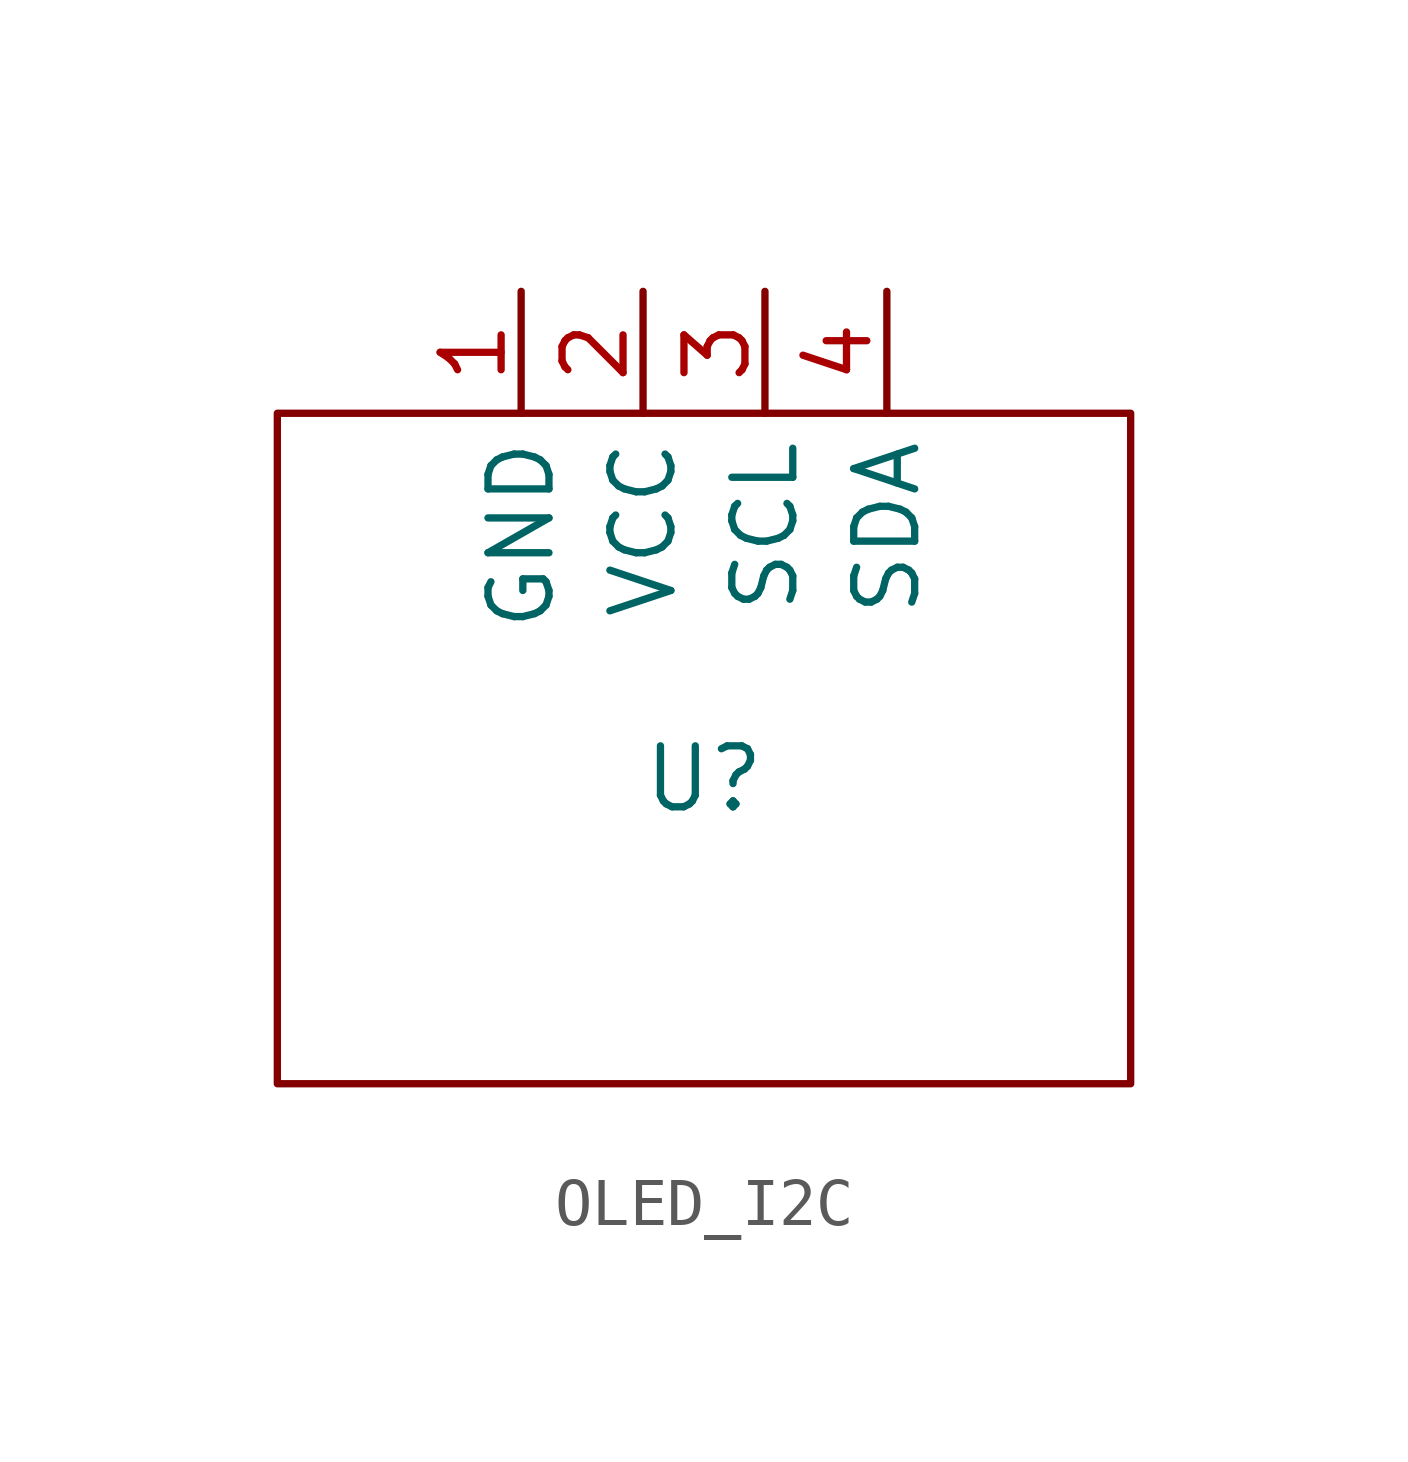
<source format=kicad_sym>
(kicad_symbol_lib
  (version 20220914)
  (generator kicad_symbol_editor)
  (symbol "OLED_I2C"
    (property "Reference" "U"
      (at 3.81 -10.16 0)
      (effects (font (size 1.27 1.27))))
    (property "Value" ""
      (at 3.81 -6.35 0)
      (effects (font (size 1.27 1.27))))
    (symbol "OLED_I2C_0_1"
      (rectangle (start -5.08 -2.54) (end 12.7 -16.51) (stroke (width 0) (type default)) (fill (type none))))
    (symbol "OLED_I2C_1_1"
      (pin power_in line (at 0 0 270) (length 2.54) (name "GND" (effects (font (size 1.27 1.27)))) (number "1" (effects (font (size 1.27 1.27)))))
      (pin power_in line (at 2.54 0 270) (length 2.54) (name "VCC" (effects (font (size 1.27 1.27)))) (number "2" (effects (font (size 1.27 1.27)))))
      (pin bidirectional line (at 5.08 0 270) (length 2.54) (name "SCL" (effects (font (size 1.27 1.27)))) (number "3" (effects (font (size 1.27 1.27)))))
      (pin bidirectional line (at 7.62 0 270) (length 2.54) (name "SDA" (effects (font (size 1.27 1.27)))) (number "4" (effects (font (size 1.27 1.27))))))))
</source>
